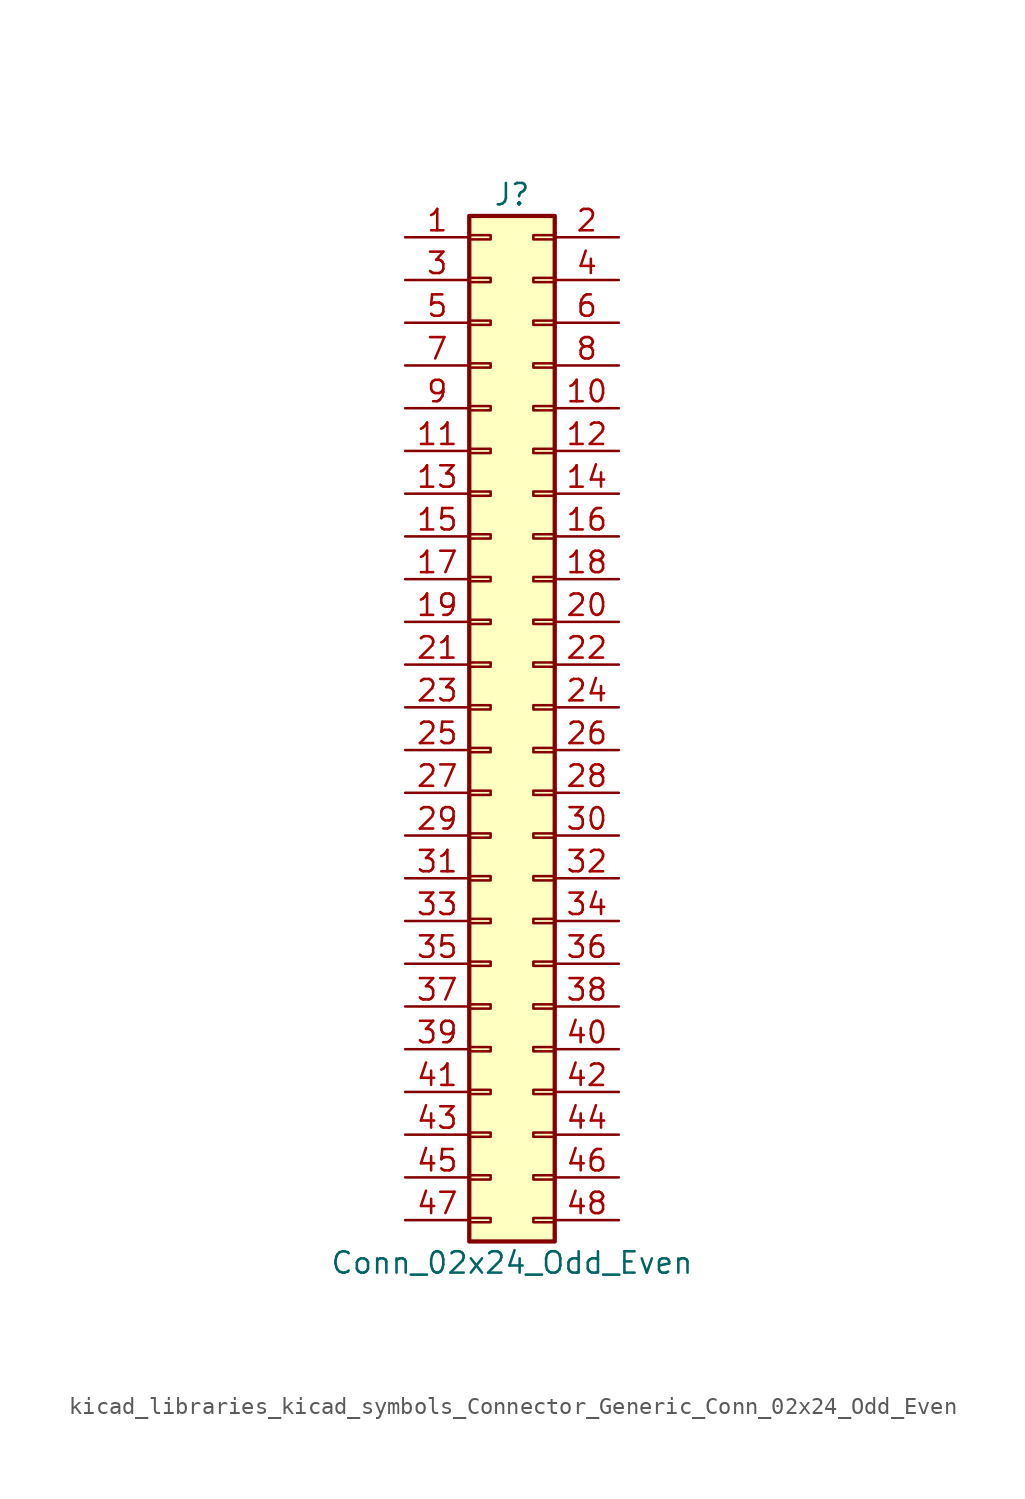
<source format=kicad_sym>
(kicad_symbol_lib
  (version 20220914)
  (generator kicad_symbol_editor)
  (symbol "kicad_libraries_kicad_symbols_Connector_Generic_Conn_02x24_Odd_Even"
    (pin_names
      (offset 1.016) hide)
    (property "Reference" "J"
      (at 1.27 30.48 0)
      (effects (font (size 1.27 1.27))))
    (property "Value" "Conn_02x24_Odd_Even"
      (at 1.27 -33.02 0)
      (effects (font (size 1.27 1.27))))
    (symbol "kicad_libraries_kicad_symbols_Connector_Generic_Conn_02x24_Odd_Even_1_1"
      (rectangle (start -1.27 -30.353) (end 0 -30.607) (stroke (width 0.152) (type default)) (fill (type none)))
      (rectangle (start -1.27 -27.813) (end 0 -28.067) (stroke (width 0.152) (type default)) (fill (type none)))
      (rectangle (start -1.27 -25.273) (end 0 -25.527) (stroke (width 0.152) (type default)) (fill (type none)))
      (rectangle (start -1.27 -22.733) (end 0 -22.987) (stroke (width 0.152) (type default)) (fill (type none)))
      (rectangle (start -1.27 -20.193) (end 0 -20.447) (stroke (width 0.152) (type default)) (fill (type none)))
      (rectangle (start -1.27 -17.653) (end 0 -17.907) (stroke (width 0.152) (type default)) (fill (type none)))
      (rectangle (start -1.27 -15.113) (end 0 -15.367) (stroke (width 0.152) (type default)) (fill (type none)))
      (rectangle (start -1.27 -12.573) (end 0 -12.827) (stroke (width 0.152) (type default)) (fill (type none)))
      (rectangle (start -1.27 -10.033) (end 0 -10.287) (stroke (width 0.152) (type default)) (fill (type none)))
      (rectangle (start -1.27 -7.493) (end 0 -7.747) (stroke (width 0.152) (type default)) (fill (type none)))
      (rectangle (start -1.27 -4.953) (end 0 -5.207) (stroke (width 0.152) (type default)) (fill (type none)))
      (rectangle (start -1.27 -2.413) (end 0 -2.667) (stroke (width 0.152) (type default)) (fill (type none)))
      (rectangle (start -1.27 0.127) (end 0 -0.127) (stroke (width 0.152) (type default)) (fill (type none)))
      (rectangle (start -1.27 2.667) (end 0 2.413) (stroke (width 0.152) (type default)) (fill (type none)))
      (rectangle (start -1.27 5.207) (end 0 4.953) (stroke (width 0.152) (type default)) (fill (type none)))
      (rectangle (start -1.27 7.747) (end 0 7.493) (stroke (width 0.152) (type default)) (fill (type none)))
      (rectangle (start -1.27 10.287) (end 0 10.033) (stroke (width 0.152) (type default)) (fill (type none)))
      (rectangle (start -1.27 12.827) (end 0 12.573) (stroke (width 0.152) (type default)) (fill (type none)))
      (rectangle (start -1.27 15.367) (end 0 15.113) (stroke (width 0.152) (type default)) (fill (type none)))
      (rectangle (start -1.27 17.907) (end 0 17.653) (stroke (width 0.152) (type default)) (fill (type none)))
      (rectangle (start -1.27 20.447) (end 0 20.193) (stroke (width 0.152) (type default)) (fill (type none)))
      (rectangle (start -1.27 22.987) (end 0 22.733) (stroke (width 0.152) (type default)) (fill (type none)))
      (rectangle (start -1.27 25.527) (end 0 25.273) (stroke (width 0.152) (type default)) (fill (type none)))
      (rectangle (start -1.27 28.067) (end 0 27.813) (stroke (width 0.152) (type default)) (fill (type none)))
      (rectangle (start -1.27 29.21) (end 3.81 -31.75) (stroke (width 0.254) (type default)) (fill (type background)))
      (rectangle (start 3.81 -30.353) (end 2.54 -30.607) (stroke (width 0.152) (type default)) (fill (type none)))
      (rectangle (start 3.81 -27.813) (end 2.54 -28.067) (stroke (width 0.152) (type default)) (fill (type none)))
      (rectangle (start 3.81 -25.273) (end 2.54 -25.527) (stroke (width 0.152) (type default)) (fill (type none)))
      (rectangle (start 3.81 -22.733) (end 2.54 -22.987) (stroke (width 0.152) (type default)) (fill (type none)))
      (rectangle (start 3.81 -20.193) (end 2.54 -20.447) (stroke (width 0.152) (type default)) (fill (type none)))
      (rectangle (start 3.81 -17.653) (end 2.54 -17.907) (stroke (width 0.152) (type default)) (fill (type none)))
      (rectangle (start 3.81 -15.113) (end 2.54 -15.367) (stroke (width 0.152) (type default)) (fill (type none)))
      (rectangle (start 3.81 -12.573) (end 2.54 -12.827) (stroke (width 0.152) (type default)) (fill (type none)))
      (rectangle (start 3.81 -10.033) (end 2.54 -10.287) (stroke (width 0.152) (type default)) (fill (type none)))
      (rectangle (start 3.81 -7.493) (end 2.54 -7.747) (stroke (width 0.152) (type default)) (fill (type none)))
      (rectangle (start 3.81 -4.953) (end 2.54 -5.207) (stroke (width 0.152) (type default)) (fill (type none)))
      (rectangle (start 3.81 -2.413) (end 2.54 -2.667) (stroke (width 0.152) (type default)) (fill (type none)))
      (rectangle (start 3.81 0.127) (end 2.54 -0.127) (stroke (width 0.152) (type default)) (fill (type none)))
      (rectangle (start 3.81 2.667) (end 2.54 2.413) (stroke (width 0.152) (type default)) (fill (type none)))
      (rectangle (start 3.81 5.207) (end 2.54 4.953) (stroke (width 0.152) (type default)) (fill (type none)))
      (rectangle (start 3.81 7.747) (end 2.54 7.493) (stroke (width 0.152) (type default)) (fill (type none)))
      (rectangle (start 3.81 10.287) (end 2.54 10.033) (stroke (width 0.152) (type default)) (fill (type none)))
      (rectangle (start 3.81 12.827) (end 2.54 12.573) (stroke (width 0.152) (type default)) (fill (type none)))
      (rectangle (start 3.81 15.367) (end 2.54 15.113) (stroke (width 0.152) (type default)) (fill (type none)))
      (rectangle (start 3.81 17.907) (end 2.54 17.653) (stroke (width 0.152) (type default)) (fill (type none)))
      (rectangle (start 3.81 20.447) (end 2.54 20.193) (stroke (width 0.152) (type default)) (fill (type none)))
      (rectangle (start 3.81 22.987) (end 2.54 22.733) (stroke (width 0.152) (type default)) (fill (type none)))
      (rectangle (start 3.81 25.527) (end 2.54 25.273) (stroke (width 0.152) (type default)) (fill (type none)))
      (rectangle (start 3.81 28.067) (end 2.54 27.813) (stroke (width 0.152) (type default)) (fill (type none)))
      (pin passive line (at -5.08 27.94 0) (length 3.81) (name "Pin_1" (effects (font (size 1.27 1.27)))) (number "1" (effects (font (size 1.27 1.27)))))
      (pin passive line (at 7.62 17.78 180) (length 3.81) (name "Pin_10" (effects (font (size 1.27 1.27)))) (number "10" (effects (font (size 1.27 1.27)))))
      (pin passive line (at -5.08 15.24 0) (length 3.81) (name "Pin_11" (effects (font (size 1.27 1.27)))) (number "11" (effects (font (size 1.27 1.27)))))
      (pin passive line (at 7.62 15.24 180) (length 3.81) (name "Pin_12" (effects (font (size 1.27 1.27)))) (number "12" (effects (font (size 1.27 1.27)))))
      (pin passive line (at -5.08 12.7 0) (length 3.81) (name "Pin_13" (effects (font (size 1.27 1.27)))) (number "13" (effects (font (size 1.27 1.27)))))
      (pin passive line (at 7.62 12.7 180) (length 3.81) (name "Pin_14" (effects (font (size 1.27 1.27)))) (number "14" (effects (font (size 1.27 1.27)))))
      (pin passive line (at -5.08 10.16 0) (length 3.81) (name "Pin_15" (effects (font (size 1.27 1.27)))) (number "15" (effects (font (size 1.27 1.27)))))
      (pin passive line (at 7.62 10.16 180) (length 3.81) (name "Pin_16" (effects (font (size 1.27 1.27)))) (number "16" (effects (font (size 1.27 1.27)))))
      (pin passive line (at -5.08 7.62 0) (length 3.81) (name "Pin_17" (effects (font (size 1.27 1.27)))) (number "17" (effects (font (size 1.27 1.27)))))
      (pin passive line (at 7.62 7.62 180) (length 3.81) (name "Pin_18" (effects (font (size 1.27 1.27)))) (number "18" (effects (font (size 1.27 1.27)))))
      (pin passive line (at -5.08 5.08 0) (length 3.81) (name "Pin_19" (effects (font (size 1.27 1.27)))) (number "19" (effects (font (size 1.27 1.27)))))
      (pin passive line (at 7.62 27.94 180) (length 3.81) (name "Pin_2" (effects (font (size 1.27 1.27)))) (number "2" (effects (font (size 1.27 1.27)))))
      (pin passive line (at 7.62 5.08 180) (length 3.81) (name "Pin_20" (effects (font (size 1.27 1.27)))) (number "20" (effects (font (size 1.27 1.27)))))
      (pin passive line (at -5.08 2.54 0) (length 3.81) (name "Pin_21" (effects (font (size 1.27 1.27)))) (number "21" (effects (font (size 1.27 1.27)))))
      (pin passive line (at 7.62 2.54 180) (length 3.81) (name "Pin_22" (effects (font (size 1.27 1.27)))) (number "22" (effects (font (size 1.27 1.27)))))
      (pin passive line (at -5.08 0 0) (length 3.81) (name "Pin_23" (effects (font (size 1.27 1.27)))) (number "23" (effects (font (size 1.27 1.27)))))
      (pin passive line (at 7.62 0 180) (length 3.81) (name "Pin_24" (effects (font (size 1.27 1.27)))) (number "24" (effects (font (size 1.27 1.27)))))
      (pin passive line (at -5.08 -2.54 0) (length 3.81) (name "Pin_25" (effects (font (size 1.27 1.27)))) (number "25" (effects (font (size 1.27 1.27)))))
      (pin passive line (at 7.62 -2.54 180) (length 3.81) (name "Pin_26" (effects (font (size 1.27 1.27)))) (number "26" (effects (font (size 1.27 1.27)))))
      (pin passive line (at -5.08 -5.08 0) (length 3.81) (name "Pin_27" (effects (font (size 1.27 1.27)))) (number "27" (effects (font (size 1.27 1.27)))))
      (pin passive line (at 7.62 -5.08 180) (length 3.81) (name "Pin_28" (effects (font (size 1.27 1.27)))) (number "28" (effects (font (size 1.27 1.27)))))
      (pin passive line (at -5.08 -7.62 0) (length 3.81) (name "Pin_29" (effects (font (size 1.27 1.27)))) (number "29" (effects (font (size 1.27 1.27)))))
      (pin passive line (at -5.08 25.4 0) (length 3.81) (name "Pin_3" (effects (font (size 1.27 1.27)))) (number "3" (effects (font (size 1.27 1.27)))))
      (pin passive line (at 7.62 -7.62 180) (length 3.81) (name "Pin_30" (effects (font (size 1.27 1.27)))) (number "30" (effects (font (size 1.27 1.27)))))
      (pin passive line (at -5.08 -10.16 0) (length 3.81) (name "Pin_31" (effects (font (size 1.27 1.27)))) (number "31" (effects (font (size 1.27 1.27)))))
      (pin passive line (at 7.62 -10.16 180) (length 3.81) (name "Pin_32" (effects (font (size 1.27 1.27)))) (number "32" (effects (font (size 1.27 1.27)))))
      (pin passive line (at -5.08 -12.7 0) (length 3.81) (name "Pin_33" (effects (font (size 1.27 1.27)))) (number "33" (effects (font (size 1.27 1.27)))))
      (pin passive line (at 7.62 -12.7 180) (length 3.81) (name "Pin_34" (effects (font (size 1.27 1.27)))) (number "34" (effects (font (size 1.27 1.27)))))
      (pin passive line (at -5.08 -15.24 0) (length 3.81) (name "Pin_35" (effects (font (size 1.27 1.27)))) (number "35" (effects (font (size 1.27 1.27)))))
      (pin passive line (at 7.62 -15.24 180) (length 3.81) (name "Pin_36" (effects (font (size 1.27 1.27)))) (number "36" (effects (font (size 1.27 1.27)))))
      (pin passive line (at -5.08 -17.78 0) (length 3.81) (name "Pin_37" (effects (font (size 1.27 1.27)))) (number "37" (effects (font (size 1.27 1.27)))))
      (pin passive line (at 7.62 -17.78 180) (length 3.81) (name "Pin_38" (effects (font (size 1.27 1.27)))) (number "38" (effects (font (size 1.27 1.27)))))
      (pin passive line (at -5.08 -20.32 0) (length 3.81) (name "Pin_39" (effects (font (size 1.27 1.27)))) (number "39" (effects (font (size 1.27 1.27)))))
      (pin passive line (at 7.62 25.4 180) (length 3.81) (name "Pin_4" (effects (font (size 1.27 1.27)))) (number "4" (effects (font (size 1.27 1.27)))))
      (pin passive line (at 7.62 -20.32 180) (length 3.81) (name "Pin_40" (effects (font (size 1.27 1.27)))) (number "40" (effects (font (size 1.27 1.27)))))
      (pin passive line (at -5.08 -22.86 0) (length 3.81) (name "Pin_41" (effects (font (size 1.27 1.27)))) (number "41" (effects (font (size 1.27 1.27)))))
      (pin passive line (at 7.62 -22.86 180) (length 3.81) (name "Pin_42" (effects (font (size 1.27 1.27)))) (number "42" (effects (font (size 1.27 1.27)))))
      (pin passive line (at -5.08 -25.4 0) (length 3.81) (name "Pin_43" (effects (font (size 1.27 1.27)))) (number "43" (effects (font (size 1.27 1.27)))))
      (pin passive line (at 7.62 -25.4 180) (length 3.81) (name "Pin_44" (effects (font (size 1.27 1.27)))) (number "44" (effects (font (size 1.27 1.27)))))
      (pin passive line (at -5.08 -27.94 0) (length 3.81) (name "Pin_45" (effects (font (size 1.27 1.27)))) (number "45" (effects (font (size 1.27 1.27)))))
      (pin passive line (at 7.62 -27.94 180) (length 3.81) (name "Pin_46" (effects (font (size 1.27 1.27)))) (number "46" (effects (font (size 1.27 1.27)))))
      (pin passive line (at -5.08 -30.48 0) (length 3.81) (name "Pin_47" (effects (font (size 1.27 1.27)))) (number "47" (effects (font (size 1.27 1.27)))))
      (pin passive line (at 7.62 -30.48 180) (length 3.81) (name "Pin_48" (effects (font (size 1.27 1.27)))) (number "48" (effects (font (size 1.27 1.27)))))
      (pin passive line (at -5.08 22.86 0) (length 3.81) (name "Pin_5" (effects (font (size 1.27 1.27)))) (number "5" (effects (font (size 1.27 1.27)))))
      (pin passive line (at 7.62 22.86 180) (length 3.81) (name "Pin_6" (effects (font (size 1.27 1.27)))) (number "6" (effects (font (size 1.27 1.27)))))
      (pin passive line (at -5.08 20.32 0) (length 3.81) (name "Pin_7" (effects (font (size 1.27 1.27)))) (number "7" (effects (font (size 1.27 1.27)))))
      (pin passive line (at 7.62 20.32 180) (length 3.81) (name "Pin_8" (effects (font (size 1.27 1.27)))) (number "8" (effects (font (size 1.27 1.27)))))
      (pin passive line (at -5.08 17.78 0) (length 3.81) (name "Pin_9" (effects (font (size 1.27 1.27)))) (number "9" (effects (font (size 1.27 1.27))))))))
</source>
